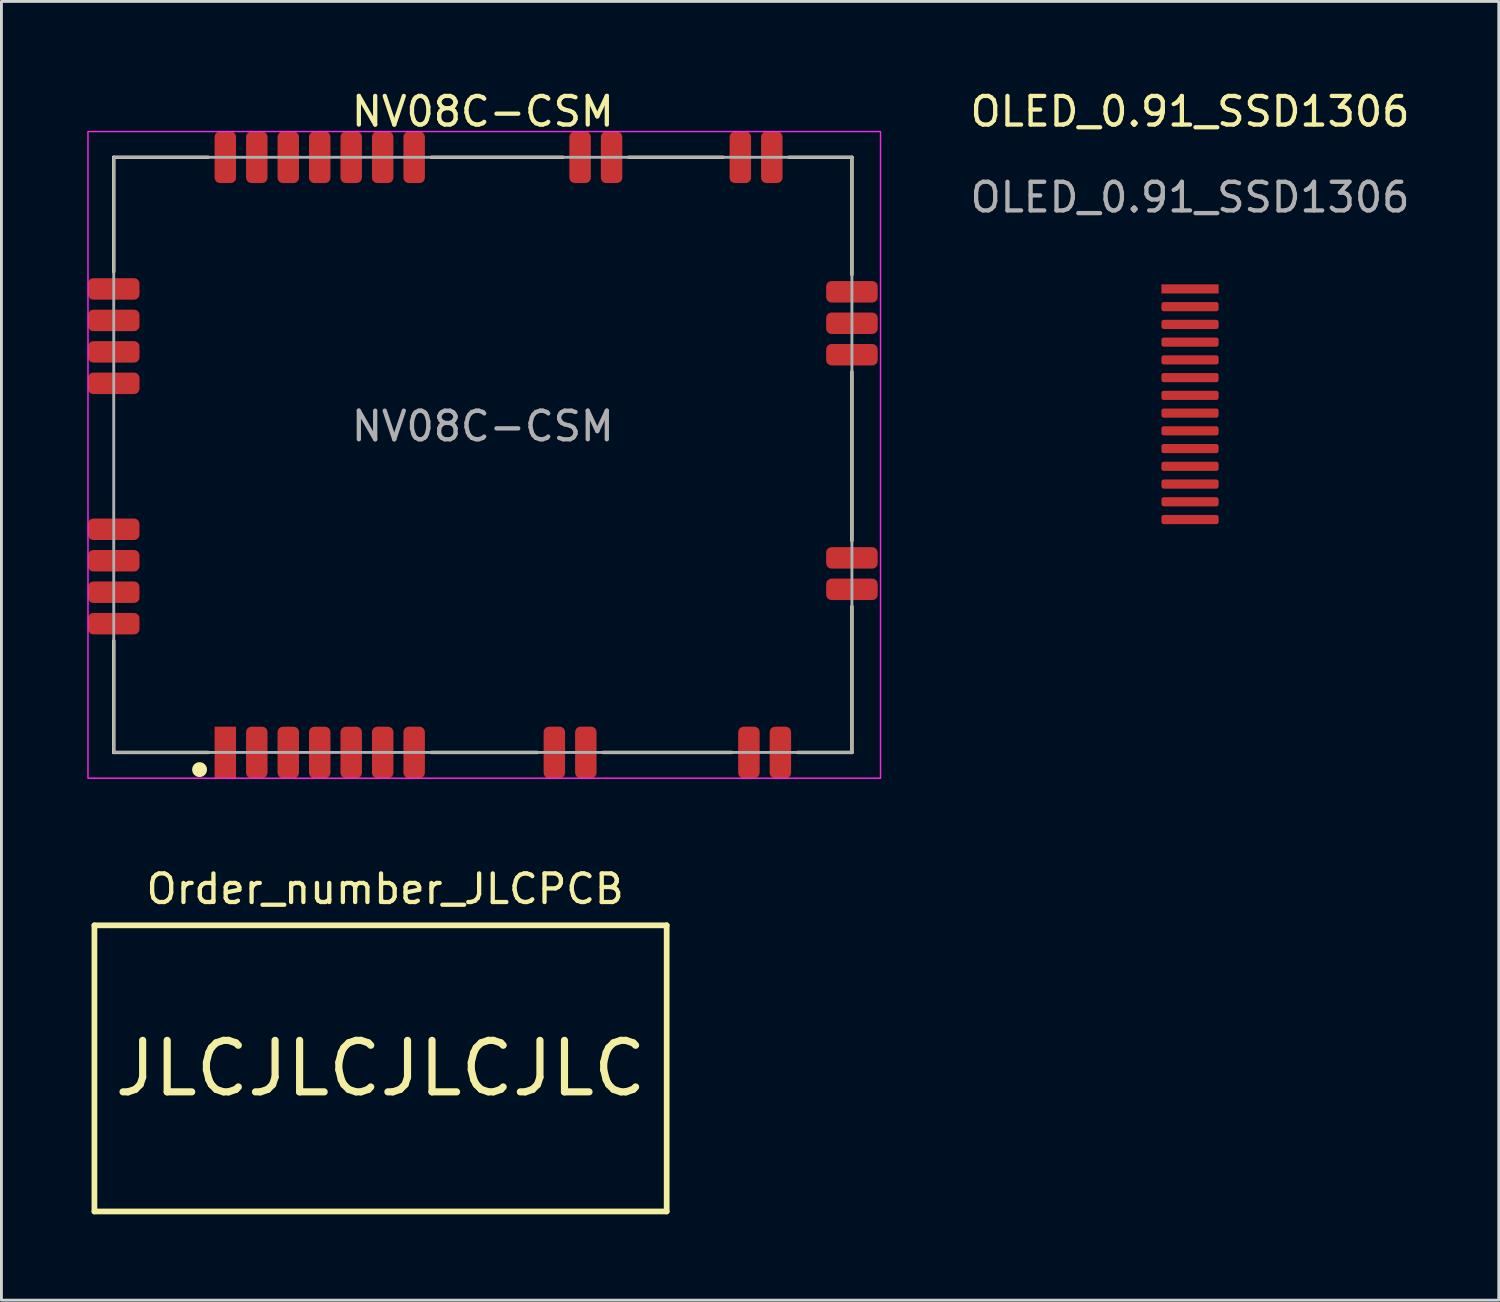
<source format=kicad_pcb>
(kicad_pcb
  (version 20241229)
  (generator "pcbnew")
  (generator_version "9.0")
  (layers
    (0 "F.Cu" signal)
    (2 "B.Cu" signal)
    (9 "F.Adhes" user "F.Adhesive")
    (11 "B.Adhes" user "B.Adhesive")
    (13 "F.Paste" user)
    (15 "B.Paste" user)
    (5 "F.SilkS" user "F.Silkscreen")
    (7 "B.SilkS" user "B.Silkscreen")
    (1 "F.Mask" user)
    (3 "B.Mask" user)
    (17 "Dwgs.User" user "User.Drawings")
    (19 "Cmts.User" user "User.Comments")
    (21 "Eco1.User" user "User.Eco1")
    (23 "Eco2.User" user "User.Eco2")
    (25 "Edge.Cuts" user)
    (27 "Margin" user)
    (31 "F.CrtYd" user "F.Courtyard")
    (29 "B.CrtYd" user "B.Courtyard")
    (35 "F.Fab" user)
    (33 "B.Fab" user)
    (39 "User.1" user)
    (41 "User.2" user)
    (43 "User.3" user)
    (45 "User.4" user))
  (footprint "NV08C-CSM"
    (layer "F.Cu")
    (at 13.825 12.848)
    (property "Reference" "NV08C-CSM" (at 0 -12 0) (unlocked yes) (layer "F.SilkS") (effects (font (size 1 1) (thickness 0.15))))
    (attr smd)
    (fp_line (start -12.9 -10.4) (end -9.6 -10.4) (stroke (width 0.12) (type solid)) (layer "F.SilkS"))
    (fp_line (start -12.9 -6.4) (end -12.9 -10.4) (stroke (width 0.12) (type solid)) (layer "F.SilkS"))
    (fp_line (start -12.9 10.4) (end -12.9 6.5) (stroke (width 0.12) (type solid)) (layer "F.SilkS"))
    (fp_line (start -9.6 10.4) (end -12.9 10.4) (stroke (width 0.12) (type solid)) (layer "F.SilkS"))
    (fp_line (start -1.8 -10.4) (end 2.8 -10.4) (stroke (width 0.12) (type solid)) (layer "F.SilkS"))
    (fp_line (start 1.9 10.4) (end -1.8 10.4) (stroke (width 0.12) (type solid)) (layer "F.SilkS"))
    (fp_line (start 5.1 -10.4) (end 8.4 -10.4) (stroke (width 0.12) (type solid)) (layer "F.SilkS"))
    (fp_line (start 8.7 10.4) (end 4.2 10.4) (stroke (width 0.12) (type solid)) (layer "F.SilkS"))
    (fp_line (start 10.7 -10.4) (end 12.9 -10.4) (stroke (width 0.12) (type solid)) (layer "F.SilkS"))
    (fp_line (start 12.9 -10.4) (end 12.9 -6.3) (stroke (width 0.12) (type solid)) (layer "F.SilkS"))
    (fp_line (start 12.9 -2.9) (end 12.9 3) (stroke (width 0.12) (type solid)) (layer "F.SilkS"))
    (fp_line (start 12.9 5.3) (end 12.9 10.4) (stroke (width 0.12) (type solid)) (layer "F.SilkS"))
    (fp_line (start 12.9 10.4) (end 11 10.4) (stroke (width 0.12) (type solid)) (layer "F.SilkS"))
    (fp_circle (center -9.9 11) (end -9.7 11) (stroke (width 0.12) (type solid)) (fill yes) (layer "F.SilkS"))
    (fp_rect (start -13.8 11.3) (end 13.9 -11.3) (stroke (width 0.05) (type solid)) (fill no) (layer "F.CrtYd"))
    (fp_rect (start -12.9 -10.4) (end 12.9 10.4) (stroke (width 0.1) (type solid)) (fill no) (layer "F.Fab"))
    (fp_text user "${REFERENCE}" (at 0 -1 0) (unlocked yes) (layer "F.Fab") (effects (font (size 1 1) (thickness 0.15))))
    (pad "1" smd rect (at -9 10.4) (size 0.75 1.8) (layers "F.Cu" "F.Mask" "F.Paste"))
    (pad "2" smd roundrect (at -7.9 10.4) (size 0.75 1.8) (layers "F.Cu" "F.Mask" "F.Paste") (roundrect_rratio 0.25))
    (pad "3" smd roundrect (at -6.8 10.4) (size 0.75 1.8) (layers "F.Cu" "F.Mask" "F.Paste") (roundrect_rratio 0.25))
    (pad "4" smd roundrect (at -5.7 10.4) (size 0.75 1.8) (layers "F.Cu" "F.Mask" "F.Paste") (roundrect_rratio 0.25))
    (pad "5" smd roundrect (at -4.6 10.4) (size 0.75 1.8) (layers "F.Cu" "F.Mask" "F.Paste") (roundrect_rratio 0.25))
    (pad "6" smd roundrect (at -3.5 10.4) (size 0.75 1.8) (layers "F.Cu" "F.Mask" "F.Paste") (roundrect_rratio 0.25))
    (pad "7" smd roundrect (at -2.4 10.4) (size 0.75 1.8) (layers "F.Cu" "F.Mask" "F.Paste") (roundrect_rratio 0.25))
    (pad "8" smd roundrect (at 2.5 10.4) (size 0.75 1.8) (layers "F.Cu" "F.Mask" "F.Paste") (roundrect_rratio 0.25))
    (pad "9" smd roundrect (at 3.6 10.4) (size 0.75 1.8) (layers "F.Cu" "F.Mask" "F.Paste") (roundrect_rratio 0.25))
    (pad "10" smd roundrect (at 9.3 10.4) (size 0.75 1.8) (layers "F.Cu" "F.Mask" "F.Paste") (roundrect_rratio 0.25))
    (pad "11" smd roundrect (at 10.4 10.4) (size 0.75 1.8) (layers "F.Cu" "F.Mask" "F.Paste") (roundrect_rratio 0.25))
    (pad "12" smd roundrect (at 12.9 4.7 90) (size 0.75 1.8) (layers "F.Cu" "F.Mask" "F.Paste") (roundrect_rratio 0.25))
    (pad "13" smd roundrect (at 12.9 3.6 90) (size 0.75 1.8) (layers "F.Cu" "F.Mask" "F.Paste") (roundrect_rratio 0.25))
    (pad "14" smd roundrect (at 12.9 -3.5 90) (size 0.75 1.8) (layers "F.Cu" "F.Mask" "F.Paste") (roundrect_rratio 0.25))
    (pad "15" smd roundrect (at 12.9 -4.6 90) (size 0.75 1.8) (layers "F.Cu" "F.Mask" "F.Paste") (roundrect_rratio 0.25))
    (pad "16" smd roundrect (at 12.9 -5.7 90) (size 0.75 1.8) (layers "F.Cu" "F.Mask" "F.Paste") (roundrect_rratio 0.25))
    (pad "17" smd roundrect (at 10.1 -10.4 180) (size 0.75 1.8) (layers "F.Cu" "F.Mask" "F.Paste") (roundrect_rratio 0.25))
    (pad "18" smd roundrect (at 9 -10.4 180) (size 0.75 1.8) (layers "F.Cu" "F.Mask" "F.Paste") (roundrect_rratio 0.25))
    (pad "19" smd roundrect (at 4.5 -10.4 180) (size 0.75 1.8) (layers "F.Cu" "F.Mask" "F.Paste") (roundrect_rratio 0.25))
    (pad "20" smd roundrect (at 3.4 -10.4 180) (size 0.75 1.8) (layers "F.Cu" "F.Mask" "F.Paste") (roundrect_rratio 0.25))
    (pad "21" smd roundrect (at -2.4 -10.4 180) (size 0.75 1.8) (layers "F.Cu" "F.Mask" "F.Paste") (roundrect_rratio 0.25))
    (pad "22" smd roundrect (at -3.5 -10.4 180) (size 0.75 1.8) (layers "F.Cu" "F.Mask" "F.Paste") (roundrect_rratio 0.25))
    (pad "23" smd roundrect (at -4.6 -10.4 180) (size 0.75 1.8) (layers "F.Cu" "F.Mask" "F.Paste") (roundrect_rratio 0.25))
    (pad "24" smd roundrect (at -5.7 -10.4 180) (size 0.75 1.8) (layers "F.Cu" "F.Mask" "F.Paste") (roundrect_rratio 0.25))
    (pad "25" smd roundrect (at -6.8 -10.4 180) (size 0.75 1.8) (layers "F.Cu" "F.Mask" "F.Paste") (roundrect_rratio 0.25))
    (pad "26" smd roundrect (at -7.9 -10.4 180) (size 0.75 1.8) (layers "F.Cu" "F.Mask" "F.Paste") (roundrect_rratio 0.25))
    (pad "27" smd roundrect (at -9 -10.4 180) (size 0.75 1.8) (layers "F.Cu" "F.Mask" "F.Paste") (roundrect_rratio 0.25))
    (pad "28" smd roundrect (at -12.9 -5.8 270) (size 0.75 1.8) (layers "F.Cu" "F.Mask" "F.Paste") (roundrect_rratio 0.25))
    (pad "29" smd roundrect (at -12.9 -4.7 270) (size 0.75 1.8) (layers "F.Cu" "F.Mask" "F.Paste") (roundrect_rratio 0.25))
    (pad "30" smd roundrect (at -12.9 -3.6 270) (size 0.75 1.8) (layers "F.Cu" "F.Mask" "F.Paste") (roundrect_rratio 0.25))
    (pad "31" smd roundrect (at -12.9 -2.5 270) (size 0.75 1.8) (layers "F.Cu" "F.Mask" "F.Paste") (roundrect_rratio 0.25))
    (pad "32" smd roundrect (at -12.9 2.6 270) (size 0.75 1.8) (layers "F.Cu" "F.Mask" "F.Paste") (roundrect_rratio 0.25))
    (pad "33" smd roundrect (at -12.9 3.7 270) (size 0.75 1.8) (layers "F.Cu" "F.Mask" "F.Paste") (roundrect_rratio 0.25))
    (pad "34" smd roundrect (at -12.9 4.8 270) (size 0.75 1.8) (layers "F.Cu" "F.Mask" "F.Paste") (roundrect_rratio 0.25))
    (pad "35" smd roundrect (at -12.9 5.9 270) (size 0.75 1.8) (layers "F.Cu" "F.Mask" "F.Paste") (roundrect_rratio 0.25)))
  (footprint "Order_number_JLCPCB"
    (layer "F.Cu")
    (at 0.25 29.291)
    (property "Reference" "Order_number_JLCPCB" (at 10.16 -1.27 0) (layer "F.SilkS") (effects (font (size 1 1) (thickness 0.15))))
    (attr exclude_from_pos_files exclude_from_bom)
    (fp_line (start 0 0) (end 20 0) (stroke (width 0.2) (type solid)) (layer "F.SilkS"))
    (fp_line (start 0 10) (end 0 0) (stroke (width 0.2) (type solid)) (layer "F.SilkS"))
    (fp_line (start 20 0) (end 20 10) (stroke (width 0.2) (type solid)) (layer "F.SilkS"))
    (fp_line (start 20 10) (end 0 10) (stroke (width 0.2) (type solid)) (layer "F.SilkS"))
    (fp_text user "JLCJLCJLCJLC" (at 10 5 0) (layer "F.SilkS") (effects (font (size 1.8 1.8) (thickness 0.25)))))
  (footprint "OLED_0.91_SSD1306"
    (layer "F.Cu")
    (at 38.542 7.048)
    (property "Reference" "OLED_0.91_SSD1306" (at 0 -6.2 0) (unlocked yes) (layer "F.SilkS") (effects (font (size 1 1) (thickness 0.15))))
    (attr smd)
    (fp_text user "${REFERENCE}" (at 0 -3.2 0) (unlocked yes) (layer "F.Fab") (effects (font (size 1 1) (thickness 0.15))))
    (pad "1" smd rect (at 0 0) (size 2 0.32) (layers "F.Cu" "F.Mask" "F.Paste"))
    (pad "2" smd roundrect (at 0 0.62) (size 2 0.32) (layers "F.Cu" "F.Mask" "F.Paste") (roundrect_rratio 0.25))
    (pad "3" smd roundrect (at 0 1.24) (size 2 0.32) (layers "F.Cu" "F.Mask" "F.Paste") (roundrect_rratio 0.25))
    (pad "4" smd roundrect (at 0 1.86) (size 2 0.32) (layers "F.Cu" "F.Mask" "F.Paste") (roundrect_rratio 0.25))
    (pad "5" smd roundrect (at 0 2.48) (size 2 0.32) (layers "F.Cu" "F.Mask" "F.Paste") (roundrect_rratio 0.25))
    (pad "6" smd roundrect (at 0 3.1) (size 2 0.32) (layers "F.Cu" "F.Mask" "F.Paste") (roundrect_rratio 0.25))
    (pad "7" smd roundrect (at 0 3.72) (size 2 0.32) (layers "F.Cu" "F.Mask" "F.Paste") (roundrect_rratio 0.25))
    (pad "8" smd roundrect (at 0 4.34) (size 2 0.32) (layers "F.Cu" "F.Mask" "F.Paste") (roundrect_rratio 0.25))
    (pad "9" smd roundrect (at 0 4.96) (size 2 0.32) (layers "F.Cu" "F.Mask" "F.Paste") (roundrect_rratio 0.25))
    (pad "10" smd roundrect (at 0 5.58) (size 2 0.32) (layers "F.Cu" "F.Mask" "F.Paste") (roundrect_rratio 0.25))
    (pad "11" smd roundrect (at 0 6.2) (size 2 0.32) (layers "F.Cu" "F.Mask" "F.Paste") (roundrect_rratio 0.25))
    (pad "12" smd roundrect (at 0 6.82) (size 2 0.32) (layers "F.Cu" "F.Mask" "F.Paste") (roundrect_rratio 0.25))
    (pad "13" smd roundrect (at 0 7.44) (size 2 0.32) (layers "F.Cu" "F.Mask" "F.Paste") (roundrect_rratio 0.25))
    (pad "14" smd roundrect (at 0 8.06) (size 2 0.32) (layers "F.Cu" "F.Mask" "F.Paste") (roundrect_rratio 0.25)))
  (gr_rect
    (start -3 -3)
    (end 49.333 42.392)
    (stroke (width 0.1) (type default))
    (fill no)
    (layer "Edge.Cuts")))
</source>
